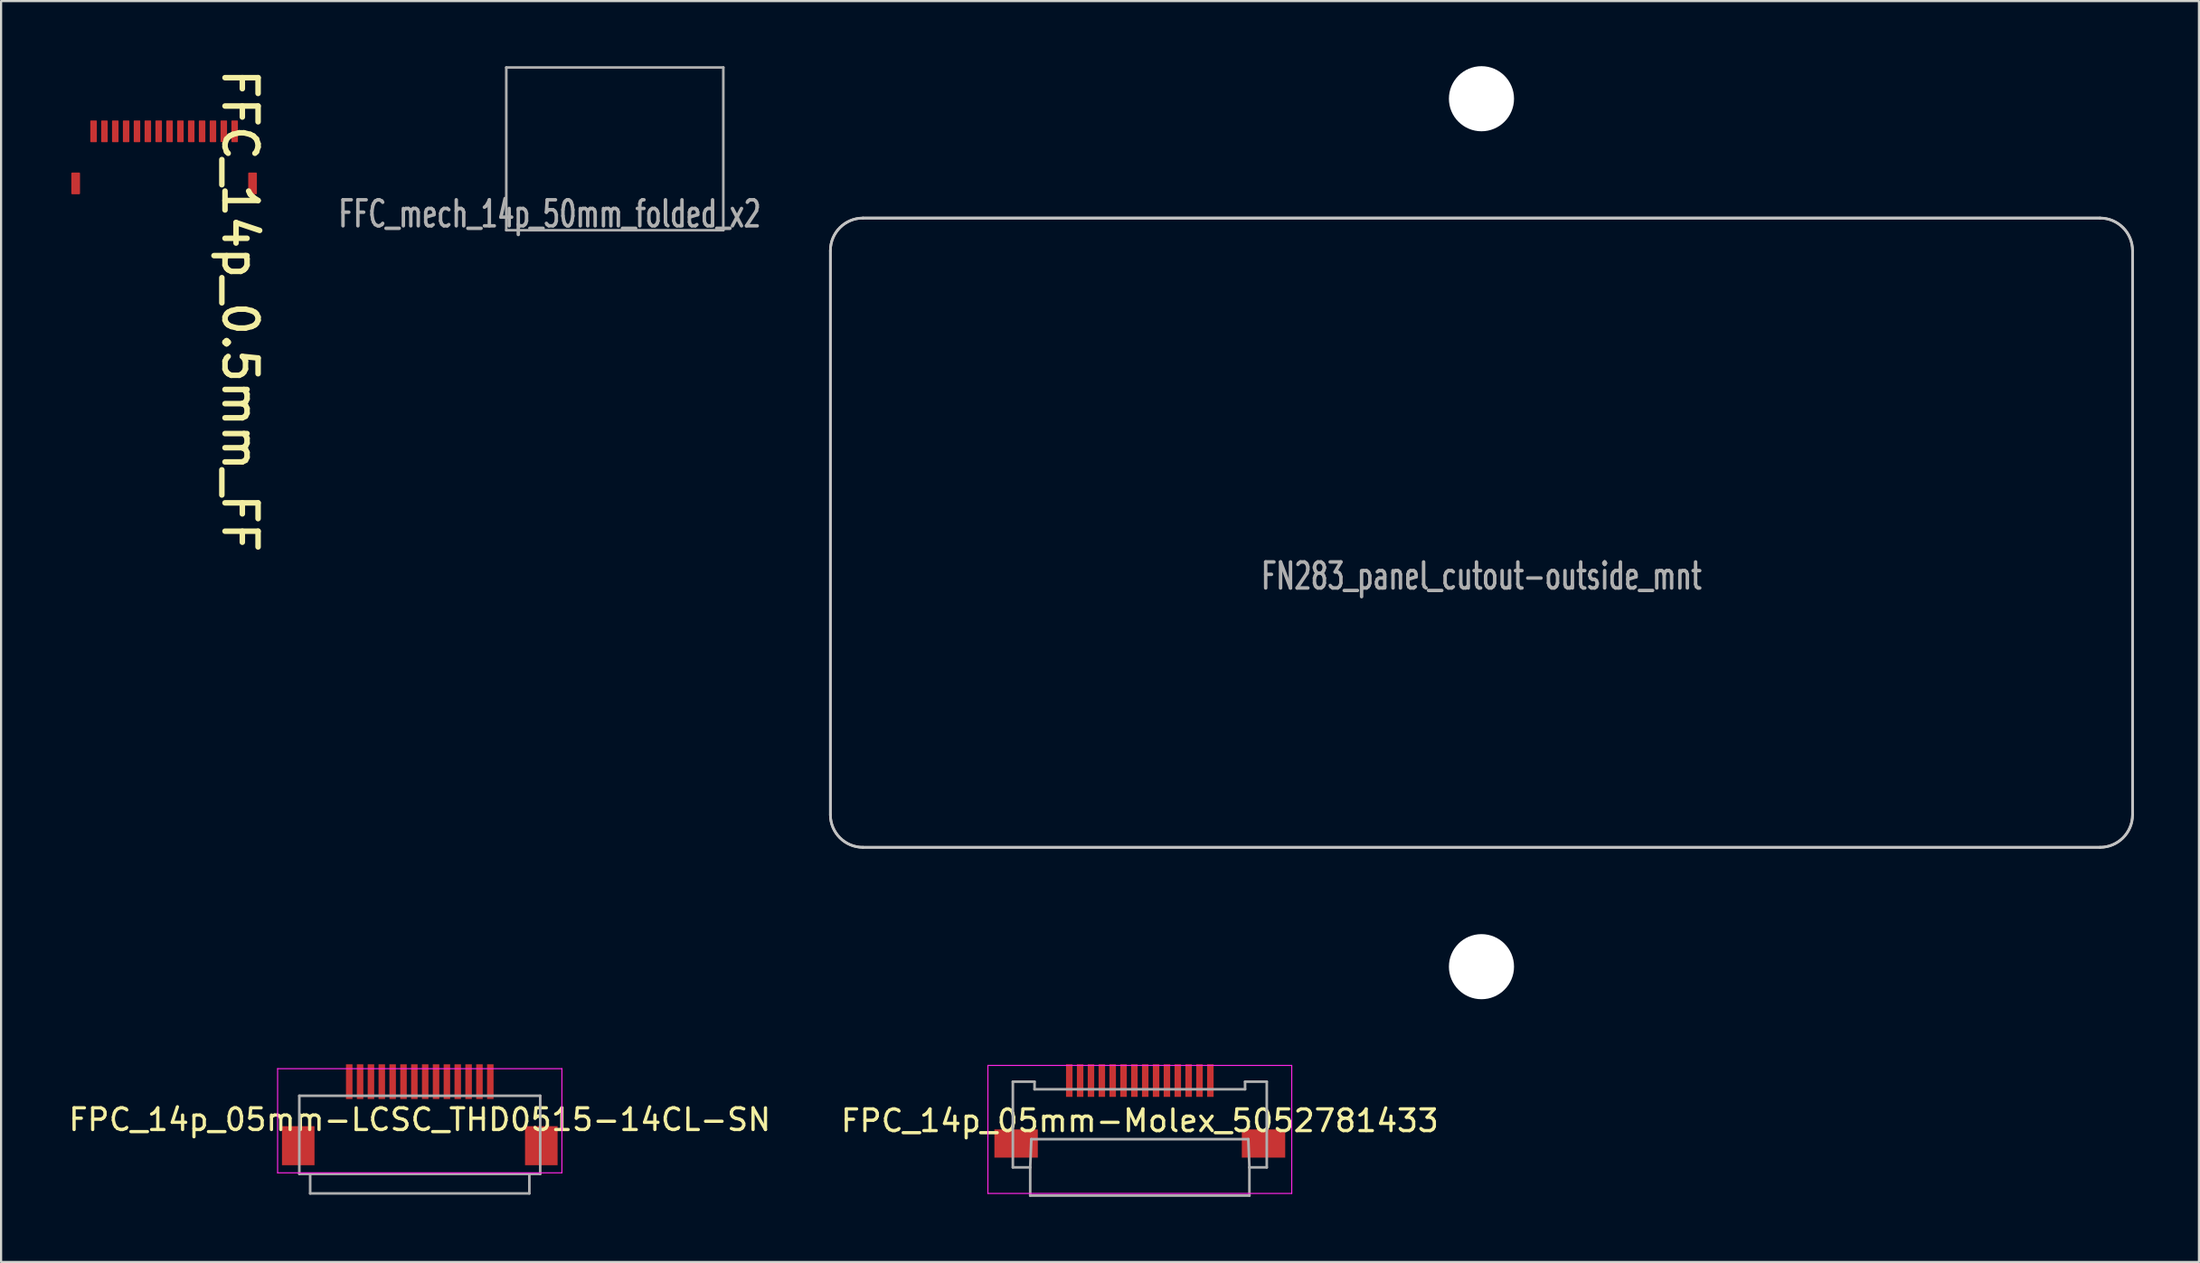
<source format=kicad_pcb>
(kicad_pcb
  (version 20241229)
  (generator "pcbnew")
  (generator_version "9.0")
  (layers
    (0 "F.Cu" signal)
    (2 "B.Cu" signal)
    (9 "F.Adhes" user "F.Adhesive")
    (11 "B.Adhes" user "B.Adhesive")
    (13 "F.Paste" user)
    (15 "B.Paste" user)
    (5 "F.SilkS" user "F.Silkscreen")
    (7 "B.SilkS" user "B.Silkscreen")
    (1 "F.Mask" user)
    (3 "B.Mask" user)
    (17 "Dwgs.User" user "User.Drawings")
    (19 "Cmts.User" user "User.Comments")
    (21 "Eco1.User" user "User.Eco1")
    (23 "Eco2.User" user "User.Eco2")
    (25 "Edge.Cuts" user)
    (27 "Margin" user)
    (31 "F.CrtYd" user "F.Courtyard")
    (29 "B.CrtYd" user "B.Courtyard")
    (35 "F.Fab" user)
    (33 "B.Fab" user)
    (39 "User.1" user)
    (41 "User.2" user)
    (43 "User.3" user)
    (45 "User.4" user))
  (footprint "FN283_panel_cutout-outside_mnt"
    (layer "F.Cu")
    (at 65.213 21.5)
    (property "Reference" "FN283_panel_cutout-outside_mnt" (at 0 2 0) (layer "F.Fab") (effects (font (size 1.2 0.8) (thickness 0.16))))
    (attr through_hole)
    (fp_line (start -30 13) (end -30 -13) (stroke (width 0.12) (type solid)) (layer "Dwgs.User"))
    (fp_line (start -28.5 -14.5) (end 28.5 -14.5) (stroke (width 0.12) (type solid)) (layer "Dwgs.User"))
    (fp_line (start 28.5 14.5) (end -28.5 14.5) (stroke (width 0.12) (type solid)) (layer "Dwgs.User"))
    (fp_line (start 30 -13) (end 30 13) (stroke (width 0.12) (type solid)) (layer "Dwgs.User"))
    (fp_arc (start -30 -13) (mid -29.56066 -14.06066) (end -28.5 -14.5) (stroke (width 0.12) (type solid)) (layer "Dwgs.User"))
    (fp_arc (start -28.5 14.5) (mid -29.56066 14.06066) (end -30 13) (stroke (width 0.12) (type solid)) (layer "Dwgs.User"))
    (fp_arc (start 28.5 -14.5) (mid 29.56066 -14.06066) (end 30 -13) (stroke (width 0.12) (type solid)) (layer "Dwgs.User"))
    (fp_arc (start 30 13) (mid 29.56066 14.06066) (end 28.5 14.5) (stroke (width 0.12) (type solid)) (layer "Dwgs.User"))
    (fp_line (start -30 13) (end -30 -13) (stroke (width 0.12) (type solid)) (layer "Edge.Cuts"))
    (fp_line (start -28.5 -14.5) (end 28.5 -14.5) (stroke (width 0.12) (type solid)) (layer "Edge.Cuts"))
    (fp_line (start 28.5 14.5) (end -28.5 14.5) (stroke (width 0.12) (type solid)) (layer "Edge.Cuts"))
    (fp_line (start 30 -13) (end 30 13) (stroke (width 0.12) (type solid)) (layer "Edge.Cuts"))
    (fp_arc (start -30 -13) (mid -29.56066 -14.06066) (end -28.5 -14.5) (stroke (width 0.12) (type solid)) (layer "Edge.Cuts"))
    (fp_arc (start -28.5 14.5) (mid -29.56066 14.06066) (end -30 13) (stroke (width 0.12) (type solid)) (layer "Edge.Cuts"))
    (fp_arc (start 28.5 -14.5) (mid 29.56066 -14.06066) (end 30 -13) (stroke (width 0.12) (type solid)) (layer "Edge.Cuts"))
    (fp_arc (start 30 13) (mid 29.56066 14.06066) (end 28.5 14.5) (stroke (width 0.12) (type solid)) (layer "Edge.Cuts"))
    (pad "" np_thru_hole circle (at 0 -20) (size 3 3) (drill 3) (layers "*.Cu" "*.Mask"))
    (pad "" np_thru_hole circle (at 0 20) (size 3 3) (drill 3) (layers "*.Cu" "*.Mask")))
  (footprint "FFC_14p_0.5mm_FF"
    (layer "F.Cu")
    (at 4.512 4.252)
    (property "Reference" "FFC_14p_0.5mm_FF" (at 2.606 -4.252 270) (unlocked yes) (layer "F.SilkS") (effects (font (size 1.524 1.524) (thickness 0.254)) (justify left bottom)))
    (fp_line (start 0 0) (end 0 0.2) (stroke (width 0.051) (type solid)) (layer "Eco1.User"))
    (fp_line (start 0 0) (end 0.2 0) (stroke (width 0.051) (type solid)) (layer "Eco1.User"))
    (fp_line (start -4.5 -1.825) (end -4.5 1.675) (stroke (width 0.025) (type solid)) (layer "User.1"))
    (fp_line (start -4.5 -1.825) (end 4.5 -1.825) (stroke (width 0.025) (type solid)) (layer "User.1"))
    (fp_line (start -4.5 1.675) (end 4.5 1.675) (stroke (width 0.025) (type solid)) (layer "User.1"))
    (fp_line (start -3.25 -0.625) (end -3.625 -0.25) (stroke (width 0.025) (type solid)) (layer "User.1"))
    (fp_line (start -3.25 -0.625) (end -2.875 -0.25) (stroke (width 0.025) (type solid)) (layer "User.1"))
    (fp_line (start 4.5 -1.825) (end 4.5 1.675) (stroke (width 0.025) (type solid)) (layer "User.1"))
    (fp_text user "${REFERENCE}" (at -1.1 0.8 0) (unlocked yes) (layer "User.1") (effects (font (size 0.25 0.25) (thickness 0.254))))
    (pad "0" smd roundrect (at -4.075 1.15 270) (size 1 0.4) (layers "F.Cu" "F.Mask" "F.Paste") (roundrect_rratio 0.1))
    (pad "0" smd roundrect (at 4.075 1.15 270) (size 1 0.4) (layers "F.Cu" "F.Mask" "F.Paste") (roundrect_rratio 0.1))
    (pad "1" smd roundrect (at -3.25 -1.25 270) (size 1 0.3) (layers "F.Cu" "F.Mask" "F.Paste") (roundrect_rratio 0.1))
    (pad "2" smd roundrect (at -2.75 -1.25 270) (size 1 0.3) (layers "F.Cu" "F.Mask" "F.Paste") (roundrect_rratio 0.1))
    (pad "3" smd roundrect (at -2.25 -1.25 270) (size 1 0.3) (layers "F.Cu" "F.Mask" "F.Paste") (roundrect_rratio 0.1))
    (pad "4" smd roundrect (at -1.75 -1.25 270) (size 1 0.3) (layers "F.Cu" "F.Mask" "F.Paste") (roundrect_rratio 0.1))
    (pad "5" smd roundrect (at -1.25 -1.25 270) (size 1 0.3) (layers "F.Cu" "F.Mask" "F.Paste") (roundrect_rratio 0.1))
    (pad "6" smd roundrect (at -0.75 -1.25 270) (size 1 0.3) (layers "F.Cu" "F.Mask" "F.Paste") (roundrect_rratio 0.1))
    (pad "7" smd roundrect (at -0.25 -1.25 270) (size 1 0.3) (layers "F.Cu" "F.Mask" "F.Paste") (roundrect_rratio 0.1))
    (pad "8" smd roundrect (at 0.25 -1.25 270) (size 1 0.3) (layers "F.Cu" "F.Mask" "F.Paste") (roundrect_rratio 0.1))
    (pad "9" smd roundrect (at 0.75 -1.25 270) (size 1 0.3) (layers "F.Cu" "F.Mask" "F.Paste") (roundrect_rratio 0.1))
    (pad "10" smd roundrect (at 1.25 -1.25 270) (size 1 0.3) (layers "F.Cu" "F.Mask" "F.Paste") (roundrect_rratio 0.1))
    (pad "11" smd roundrect (at 1.75 -1.25 270) (size 1 0.3) (layers "F.Cu" "F.Mask" "F.Paste") (roundrect_rratio 0.1))
    (pad "12" smd roundrect (at 2.25 -1.25 270) (size 1 0.3) (layers "F.Cu" "F.Mask" "F.Paste") (roundrect_rratio 0.1))
    (pad "13" smd roundrect (at 2.75 -1.25 270) (size 1 0.3) (layers "F.Cu" "F.Mask" "F.Paste") (roundrect_rratio 0.1))
    (pad "14" smd roundrect (at 3.25 -1.25 270) (size 1 0.3) (layers "F.Cu" "F.Mask" "F.Paste") (roundrect_rratio 0.1)))
  (footprint "FPC_14p_05mm-LCSC_THD0515-14CL-SN"
    (layer "F.Cu")
    (at 16.292 47.05)
    (property "Reference" "FPC_14p_05mm-LCSC_THD0515-14CL-SN" (at 0 1.5 0) (layer "F.SilkS") (effects (font (size 1 1) (thickness 0.15))))
    (attr smd)
    (fp_line (start -6.55 -0.85) (end -6.55 3.95) (stroke (width 0.05) (type solid)) (layer "F.CrtYd"))
    (fp_line (start -6.55 -0.85) (end 6.55 -0.85) (stroke (width 0.05) (type solid)) (layer "F.CrtYd"))
    (fp_line (start -6.55 3.95) (end 6.55 3.95) (stroke (width 0.05) (type solid)) (layer "F.CrtYd"))
    (fp_line (start 6.55 -0.85) (end 6.55 3.95) (stroke (width 0.05) (type solid)) (layer "F.CrtYd"))
    (fp_line (start -5.55 0.4) (end 5.55 0.4) (stroke (width 0.12) (type solid)) (layer "F.Fab"))
    (fp_line (start -5.55 4) (end -5.55 0.4) (stroke (width 0.12) (type solid)) (layer "F.Fab"))
    (fp_line (start -5.05 4.9) (end -5.05 4) (stroke (width 0.12) (type solid)) (layer "F.Fab"))
    (fp_line (start 5.05 4) (end 5.05 4.9) (stroke (width 0.12) (type solid)) (layer "F.Fab"))
    (fp_line (start 5.05 4.9) (end -5.05 4.9) (stroke (width 0.12) (type solid)) (layer "F.Fab"))
    (fp_line (start 5.55 0.4) (end 5.55 4) (stroke (width 0.12) (type solid)) (layer "F.Fab"))
    (fp_line (start 5.55 4) (end -5.55 4) (stroke (width 0.12) (type solid)) (layer "F.Fab"))
    (pad "1" smd rect (at -3.25 -0.25) (size 0.3 1.6) (layers "F.Cu" "F.Mask" "F.Paste"))
    (pad "2" smd rect (at -2.75 -0.25) (size 0.3 1.6) (layers "F.Cu" "F.Mask" "F.Paste"))
    (pad "3" smd rect (at -2.25 -0.25) (size 0.3 1.6) (layers "F.Cu" "F.Mask" "F.Paste"))
    (pad "4" smd rect (at -1.75 -0.25) (size 0.3 1.6) (layers "F.Cu" "F.Mask" "F.Paste"))
    (pad "5" smd rect (at -1.25 -0.25) (size 0.3 1.6) (layers "F.Cu" "F.Mask" "F.Paste"))
    (pad "6" smd rect (at -0.75 -0.25) (size 0.3 1.6) (layers "F.Cu" "F.Mask" "F.Paste"))
    (pad "7" smd rect (at -0.25 -0.25) (size 0.3 1.6) (layers "F.Cu" "F.Mask" "F.Paste"))
    (pad "8" smd rect (at 0.25 -0.25) (size 0.3 1.6) (layers "F.Cu" "F.Mask" "F.Paste"))
    (pad "9" smd rect (at 0.75 -0.25) (size 0.3 1.6) (layers "F.Cu" "F.Mask" "F.Paste"))
    (pad "10" smd rect (at 1.25 -0.25) (size 0.3 1.6) (layers "F.Cu" "F.Mask" "F.Paste"))
    (pad "11" smd rect (at 1.75 -0.25) (size 0.3 1.6) (layers "F.Cu" "F.Mask" "F.Paste"))
    (pad "12" smd rect (at 2.25 -0.25) (size 0.3 1.6) (layers "F.Cu" "F.Mask" "F.Paste"))
    (pad "13" smd rect (at 2.75 -0.25) (size 0.3 1.6) (layers "F.Cu" "F.Mask" "F.Paste"))
    (pad "14" smd rect (at 3.25 -0.25) (size 0.3 1.6) (layers "F.Cu" "F.Mask" "F.Paste"))
    (pad "15" smd rect (at -5.6 2.7) (size 1.5 1.8) (layers "F.Cu" "F.Mask" "F.Paste"))
    (pad "16" smd rect (at 5.6 2.7) (size 1.5 1.8) (layers "F.Cu" "F.Mask" "F.Paste")))
  (footprint "FFC_mech_14p_50mm_folded_x2"
    (layer "F.Cu")
    (at 20.279 3.81)
    (property "Reference" "FFC_mech_14p_50mm_folded_x2" (at 2 3 0) (layer "F.Fab") (effects (font (size 1.2 0.8) (thickness 0.16))))
    (attr through_hole)
    (fp_line (start 0 -3.75) (end 10 -3.75) (stroke (width 0.12) (type solid)) (layer "F.Fab"))
    (fp_line (start 0 3.75) (end 0 -3.75) (stroke (width 0.12) (type solid)) (layer "F.Fab"))
    (fp_line (start 10 -3.75) (end 10 3.75) (stroke (width 0.12) (type solid)) (layer "F.Fab"))
    (fp_line (start 10 3.75) (end 0 3.75) (stroke (width 0.12) (type solid)) (layer "F.Fab")))
  (footprint "FPC_14p_05mm-Molex_5052781433"
    (layer "F.Cu")
    (at 49.47 46.95)
    (property "Reference" "FPC_14p_05mm-Molex_5052781433" (at 0 1.65 0) (layer "F.SilkS") (effects (font (size 1 1) (thickness 0.15))))
    (attr smd)
    (fp_line (start -7 -0.9) (end -7 5) (stroke (width 0.05) (type solid)) (layer "F.CrtYd"))
    (fp_line (start -7 -0.9) (end 7 -0.9) (stroke (width 0.05) (type solid)) (layer "F.CrtYd"))
    (fp_line (start -7 5) (end 7 5) (stroke (width 0.05) (type solid)) (layer "F.CrtYd"))
    (fp_line (start 7 -0.9) (end 7 5) (stroke (width 0.05) (type solid)) (layer "F.CrtYd"))
    (fp_line (start -5.85 -0.15) (end -4.85 -0.15) (stroke (width 0.12) (type solid)) (layer "F.Fab"))
    (fp_line (start -5.85 3.8) (end -5.85 -0.15) (stroke (width 0.12) (type solid)) (layer "F.Fab"))
    (fp_line (start -5.85 3.8) (end -5.05 3.8) (stroke (width 0.12) (type solid)) (layer "F.Fab"))
    (fp_line (start -5.05 3.8) (end -5 2.5) (stroke (width 0.12) (type solid)) (layer "F.Fab"))
    (fp_line (start -5.05 5.1) (end -5.05 3.8) (stroke (width 0.12) (type solid)) (layer "F.Fab"))
    (fp_line (start -5 2.5) (end 5 2.5) (stroke (width 0.12) (type solid)) (layer "F.Fab"))
    (fp_line (start -4.85 -0.15) (end -4.85 0.2) (stroke (width 0.12) (type solid)) (layer "F.Fab"))
    (fp_line (start -4.85 0.2) (end 4.85 0.2) (stroke (width 0.12) (type solid)) (layer "F.Fab"))
    (fp_line (start 4.85 -0.15) (end 5.85 -0.15) (stroke (width 0.12) (type solid)) (layer "F.Fab"))
    (fp_line (start 4.85 0.2) (end 4.85 -0.15) (stroke (width 0.12) (type solid)) (layer "F.Fab"))
    (fp_line (start 5 2.5) (end 5.05 3.8) (stroke (width 0.12) (type solid)) (layer "F.Fab"))
    (fp_line (start 5.05 3.8) (end 5.05 5.1) (stroke (width 0.12) (type solid)) (layer "F.Fab"))
    (fp_line (start 5.05 3.8) (end 5.85 3.8) (stroke (width 0.12) (type solid)) (layer "F.Fab"))
    (fp_line (start 5.05 5.1) (end -5.05 5.1) (stroke (width 0.12) (type solid)) (layer "F.Fab"))
    (fp_line (start 5.85 -0.15) (end 5.85 3.8) (stroke (width 0.12) (type solid)) (layer "F.Fab"))
    (pad "1" smd rect (at -3.25 -0.2) (size 0.3 1.5) (layers "F.Cu" "F.Mask" "F.Paste"))
    (pad "2" smd rect (at -2.75 -0.2) (size 0.3 1.5) (layers "F.Cu" "F.Mask" "F.Paste"))
    (pad "3" smd rect (at -2.25 -0.2) (size 0.3 1.5) (layers "F.Cu" "F.Mask" "F.Paste"))
    (pad "4" smd rect (at -1.75 -0.2) (size 0.3 1.5) (layers "F.Cu" "F.Mask" "F.Paste"))
    (pad "5" smd rect (at -1.25 -0.2) (size 0.3 1.5) (layers "F.Cu" "F.Mask" "F.Paste"))
    (pad "6" smd rect (at -0.75 -0.2) (size 0.3 1.5) (layers "F.Cu" "F.Mask" "F.Paste"))
    (pad "7" smd rect (at -0.25 -0.2) (size 0.3 1.5) (layers "F.Cu" "F.Mask" "F.Paste"))
    (pad "8" smd rect (at 0.25 -0.2) (size 0.3 1.5) (layers "F.Cu" "F.Mask" "F.Paste"))
    (pad "9" smd rect (at 0.75 -0.2) (size 0.3 1.5) (layers "F.Cu" "F.Mask" "F.Paste"))
    (pad "10" smd rect (at 1.25 -0.2) (size 0.3 1.5) (layers "F.Cu" "F.Mask" "F.Paste"))
    (pad "11" smd rect (at 1.75 -0.2) (size 0.3 1.5) (layers "F.Cu" "F.Mask" "F.Paste"))
    (pad "12" smd rect (at 2.25 -0.2) (size 0.3 1.5) (layers "F.Cu" "F.Mask" "F.Paste"))
    (pad "13" smd rect (at 2.75 -0.2) (size 0.3 1.5) (layers "F.Cu" "F.Mask" "F.Paste"))
    (pad "14" smd rect (at 3.25 -0.2) (size 0.3 1.5) (layers "F.Cu" "F.Mask" "F.Paste"))
    (pad "15" smd rect (at -5.7 2.7) (size 2 1.3) (layers "F.Cu" "F.Mask" "F.Paste"))
    (pad "16" smd rect (at 5.7 2.7) (size 2 1.3) (layers "F.Cu" "F.Mask" "F.Paste")))
  (gr_rect
    (start -3 -3)
    (end 98.273 55.11)
    (stroke (width 0.1) (type default))
    (fill no)
    (layer "Edge.Cuts")))
</source>
